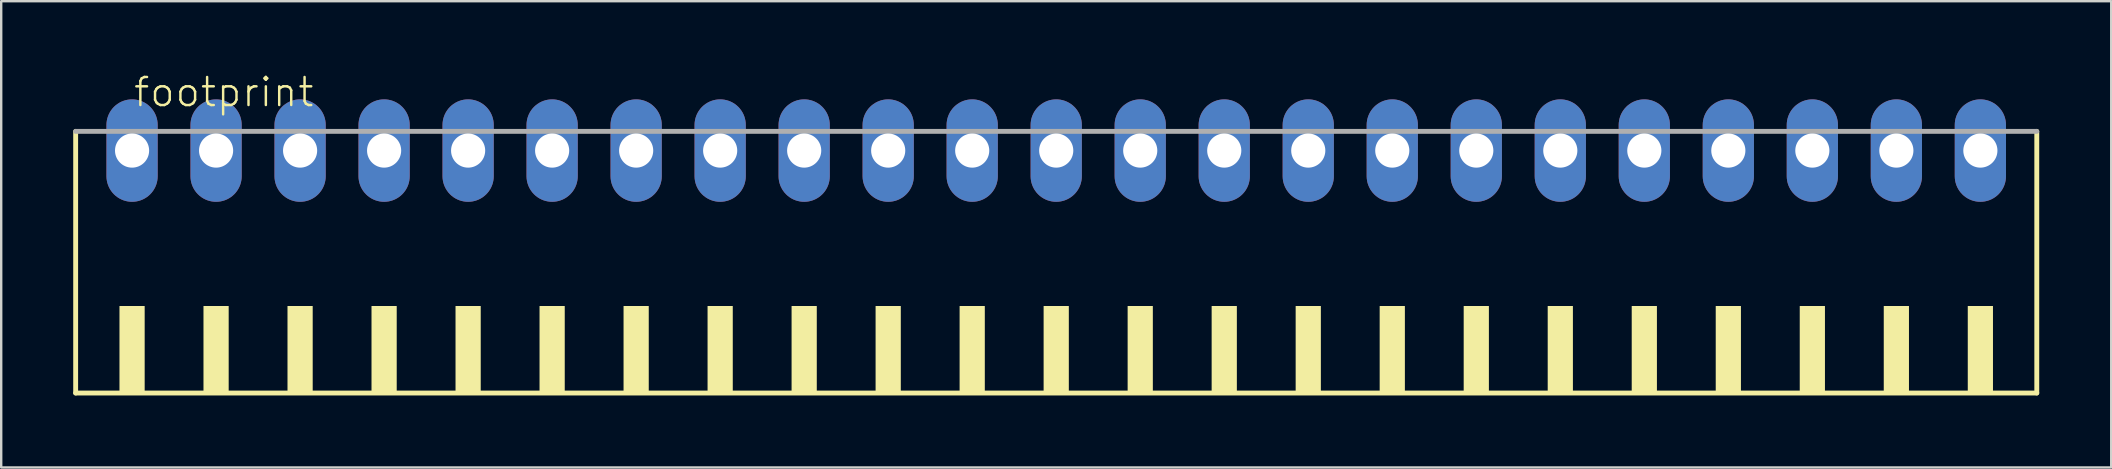
<source format=kicad_pcb>
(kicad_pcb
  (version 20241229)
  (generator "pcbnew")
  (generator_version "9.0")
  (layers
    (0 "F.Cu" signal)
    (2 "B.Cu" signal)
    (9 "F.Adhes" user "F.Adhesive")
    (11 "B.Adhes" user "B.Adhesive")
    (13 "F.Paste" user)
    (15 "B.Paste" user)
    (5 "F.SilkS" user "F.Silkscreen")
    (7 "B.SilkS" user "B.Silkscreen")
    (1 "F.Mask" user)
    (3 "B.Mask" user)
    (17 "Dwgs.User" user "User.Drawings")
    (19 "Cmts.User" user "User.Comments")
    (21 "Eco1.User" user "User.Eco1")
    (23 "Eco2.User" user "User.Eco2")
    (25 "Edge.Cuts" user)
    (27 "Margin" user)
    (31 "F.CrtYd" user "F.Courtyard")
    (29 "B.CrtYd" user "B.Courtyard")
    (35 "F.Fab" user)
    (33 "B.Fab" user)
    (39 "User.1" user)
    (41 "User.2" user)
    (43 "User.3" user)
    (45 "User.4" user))
  (footprint "footprint"
    (layer "F.Cu")
    (at 40.952 8.473)
    (property "Reference" "footprint" (at -38.5 -7 0) (layer "F.SilkS") (effects (font (size 1.168 1.168) (thickness 0.102)) (justify left bottom)))
    (fp_line (start -40.85 -6.05) (end -40.85 4.85) (stroke (width 0.203) (type solid)) (layer "F.SilkS"))
    (fp_line (start -40.85 4.85) (end 40.85 4.85) (stroke (width 0.203) (type solid)) (layer "F.SilkS"))
    (fp_line (start 40.85 4.85) (end 40.85 -6.05) (stroke (width 0.203) (type solid)) (layer "F.SilkS"))
    (fp_poly (pts (xy -39.025 4.9) (xy -37.975 4.9) (xy -37.975 1.225) (xy -39.025 1.225)) (stroke (width 0) (type solid)) (fill yes) (layer "F.SilkS"))
    (fp_poly (pts (xy -35.525 4.9) (xy -34.475 4.9) (xy -34.475 1.225) (xy -35.525 1.225)) (stroke (width 0) (type solid)) (fill yes) (layer "F.SilkS"))
    (fp_poly (pts (xy -32.025 4.9) (xy -30.975 4.9) (xy -30.975 1.225) (xy -32.025 1.225)) (stroke (width 0) (type solid)) (fill yes) (layer "F.SilkS"))
    (fp_poly (pts (xy -28.525 4.9) (xy -27.475 4.9) (xy -27.475 1.225) (xy -28.525 1.225)) (stroke (width 0) (type solid)) (fill yes) (layer "F.SilkS"))
    (fp_poly (pts (xy -25.025 4.9) (xy -23.975 4.9) (xy -23.975 1.225) (xy -25.025 1.225)) (stroke (width 0) (type solid)) (fill yes) (layer "F.SilkS"))
    (fp_poly (pts (xy -21.525 4.9) (xy -20.475 4.9) (xy -20.475 1.225) (xy -21.525 1.225)) (stroke (width 0) (type solid)) (fill yes) (layer "F.SilkS"))
    (fp_poly (pts (xy -18.025 4.9) (xy -16.975 4.9) (xy -16.975 1.225) (xy -18.025 1.225)) (stroke (width 0) (type solid)) (fill yes) (layer "F.SilkS"))
    (fp_poly (pts (xy -14.525 4.9) (xy -13.475 4.9) (xy -13.475 1.225) (xy -14.525 1.225)) (stroke (width 0) (type solid)) (fill yes) (layer "F.SilkS"))
    (fp_poly (pts (xy -11.025 4.9) (xy -9.975 4.9) (xy -9.975 1.225) (xy -11.025 1.225)) (stroke (width 0) (type solid)) (fill yes) (layer "F.SilkS"))
    (fp_poly (pts (xy -7.525 4.9) (xy -6.475 4.9) (xy -6.475 1.225) (xy -7.525 1.225)) (stroke (width 0) (type solid)) (fill yes) (layer "F.SilkS"))
    (fp_poly (pts (xy -4.025 4.9) (xy -2.975 4.9) (xy -2.975 1.225) (xy -4.025 1.225)) (stroke (width 0) (type solid)) (fill yes) (layer "F.SilkS"))
    (fp_poly (pts (xy -0.525 4.9) (xy 0.525 4.9) (xy 0.525 1.225) (xy -0.525 1.225)) (stroke (width 0) (type solid)) (fill yes) (layer "F.SilkS"))
    (fp_poly (pts (xy 2.975 4.9) (xy 4.025 4.9) (xy 4.025 1.225) (xy 2.975 1.225)) (stroke (width 0) (type solid)) (fill yes) (layer "F.SilkS"))
    (fp_poly (pts (xy 6.475 4.9) (xy 7.525 4.9) (xy 7.525 1.225) (xy 6.475 1.225)) (stroke (width 0) (type solid)) (fill yes) (layer "F.SilkS"))
    (fp_poly (pts (xy 9.975 4.9) (xy 11.025 4.9) (xy 11.025 1.225) (xy 9.975 1.225)) (stroke (width 0) (type solid)) (fill yes) (layer "F.SilkS"))
    (fp_poly (pts (xy 13.475 4.9) (xy 14.525 4.9) (xy 14.525 1.225) (xy 13.475 1.225)) (stroke (width 0) (type solid)) (fill yes) (layer "F.SilkS"))
    (fp_poly (pts (xy 16.975 4.9) (xy 18.025 4.9) (xy 18.025 1.225) (xy 16.975 1.225)) (stroke (width 0) (type solid)) (fill yes) (layer "F.SilkS"))
    (fp_poly (pts (xy 20.475 4.9) (xy 21.525 4.9) (xy 21.525 1.225) (xy 20.475 1.225)) (stroke (width 0) (type solid)) (fill yes) (layer "F.SilkS"))
    (fp_poly (pts (xy 23.975 4.9) (xy 25.025 4.9) (xy 25.025 1.225) (xy 23.975 1.225)) (stroke (width 0) (type solid)) (fill yes) (layer "F.SilkS"))
    (fp_poly (pts (xy 27.475 4.9) (xy 28.525 4.9) (xy 28.525 1.225) (xy 27.475 1.225)) (stroke (width 0) (type solid)) (fill yes) (layer "F.SilkS"))
    (fp_poly (pts (xy 30.975 4.9) (xy 32.025 4.9) (xy 32.025 1.225) (xy 30.975 1.225)) (stroke (width 0) (type solid)) (fill yes) (layer "F.SilkS"))
    (fp_poly (pts (xy 34.475 4.9) (xy 35.525 4.9) (xy 35.525 1.225) (xy 34.475 1.225)) (stroke (width 0) (type solid)) (fill yes) (layer "F.SilkS"))
    (fp_poly (pts (xy 37.975 4.9) (xy 39.025 4.9) (xy 39.025 1.225) (xy 37.975 1.225)) (stroke (width 0) (type solid)) (fill yes) (layer "F.SilkS"))
    (fp_line (start 40.85 -6.05) (end -40.85 -6.05) (stroke (width 0.203) (type solid)) (layer "F.Fab"))
    (pad "1" thru_hole oval (at -38.5 -5.25 90) (size 4.267 2.134) (drill 1.422) (layers "*.Cu" "*.Mask"))
    (pad "2" thru_hole oval (at -35 -5.25 90) (size 4.267 2.134) (drill 1.422) (layers "*.Cu" "*.Mask"))
    (pad "3" thru_hole oval (at -31.5 -5.25 90) (size 4.267 2.134) (drill 1.422) (layers "*.Cu" "*.Mask"))
    (pad "4" thru_hole oval (at -28 -5.25 90) (size 4.267 2.134) (drill 1.422) (layers "*.Cu" "*.Mask"))
    (pad "5" thru_hole oval (at -24.5 -5.25 90) (size 4.267 2.134) (drill 1.422) (layers "*.Cu" "*.Mask"))
    (pad "6" thru_hole oval (at -21 -5.25 90) (size 4.267 2.134) (drill 1.422) (layers "*.Cu" "*.Mask"))
    (pad "7" thru_hole oval (at -17.5 -5.25 90) (size 4.267 2.134) (drill 1.422) (layers "*.Cu" "*.Mask"))
    (pad "8" thru_hole oval (at -14 -5.25 90) (size 4.267 2.134) (drill 1.422) (layers "*.Cu" "*.Mask"))
    (pad "9" thru_hole oval (at -10.5 -5.25 90) (size 4.267 2.134) (drill 1.422) (layers "*.Cu" "*.Mask"))
    (pad "10" thru_hole oval (at -7 -5.25 90) (size 4.267 2.134) (drill 1.422) (layers "*.Cu" "*.Mask"))
    (pad "11" thru_hole oval (at -3.5 -5.25 90) (size 4.267 2.134) (drill 1.422) (layers "*.Cu" "*.Mask"))
    (pad "12" thru_hole oval (at 0 -5.25 90) (size 4.267 2.134) (drill 1.422) (layers "*.Cu" "*.Mask"))
    (pad "13" thru_hole oval (at 3.5 -5.25 90) (size 4.267 2.134) (drill 1.422) (layers "*.Cu" "*.Mask"))
    (pad "14" thru_hole oval (at 7 -5.25 90) (size 4.267 2.134) (drill 1.422) (layers "*.Cu" "*.Mask"))
    (pad "15" thru_hole oval (at 10.5 -5.25 90) (size 4.267 2.134) (drill 1.422) (layers "*.Cu" "*.Mask"))
    (pad "16" thru_hole oval (at 14 -5.25 90) (size 4.267 2.134) (drill 1.422) (layers "*.Cu" "*.Mask"))
    (pad "17" thru_hole oval (at 17.5 -5.25 90) (size 4.267 2.134) (drill 1.422) (layers "*.Cu" "*.Mask"))
    (pad "18" thru_hole oval (at 21 -5.25 90) (size 4.267 2.134) (drill 1.422) (layers "*.Cu" "*.Mask"))
    (pad "19" thru_hole oval (at 24.5 -5.25 90) (size 4.267 2.134) (drill 1.422) (layers "*.Cu" "*.Mask"))
    (pad "20" thru_hole oval (at 28 -5.25 90) (size 4.267 2.134) (drill 1.422) (layers "*.Cu" "*.Mask"))
    (pad "21" thru_hole oval (at 31.5 -5.25 90) (size 4.267 2.134) (drill 1.422) (layers "*.Cu" "*.Mask"))
    (pad "22" thru_hole oval (at 35 -5.25 90) (size 4.267 2.134) (drill 1.422) (layers "*.Cu" "*.Mask"))
    (pad "23" thru_hole oval (at 38.5 -5.25 90) (size 4.267 2.134) (drill 1.422) (layers "*.Cu" "*.Mask")))
  (gr_rect
    (start -3 -3)
    (end 84.903 16.425)
    (stroke (width 0.1) (type default))
    (fill no)
    (layer "Edge.Cuts")))
</source>
